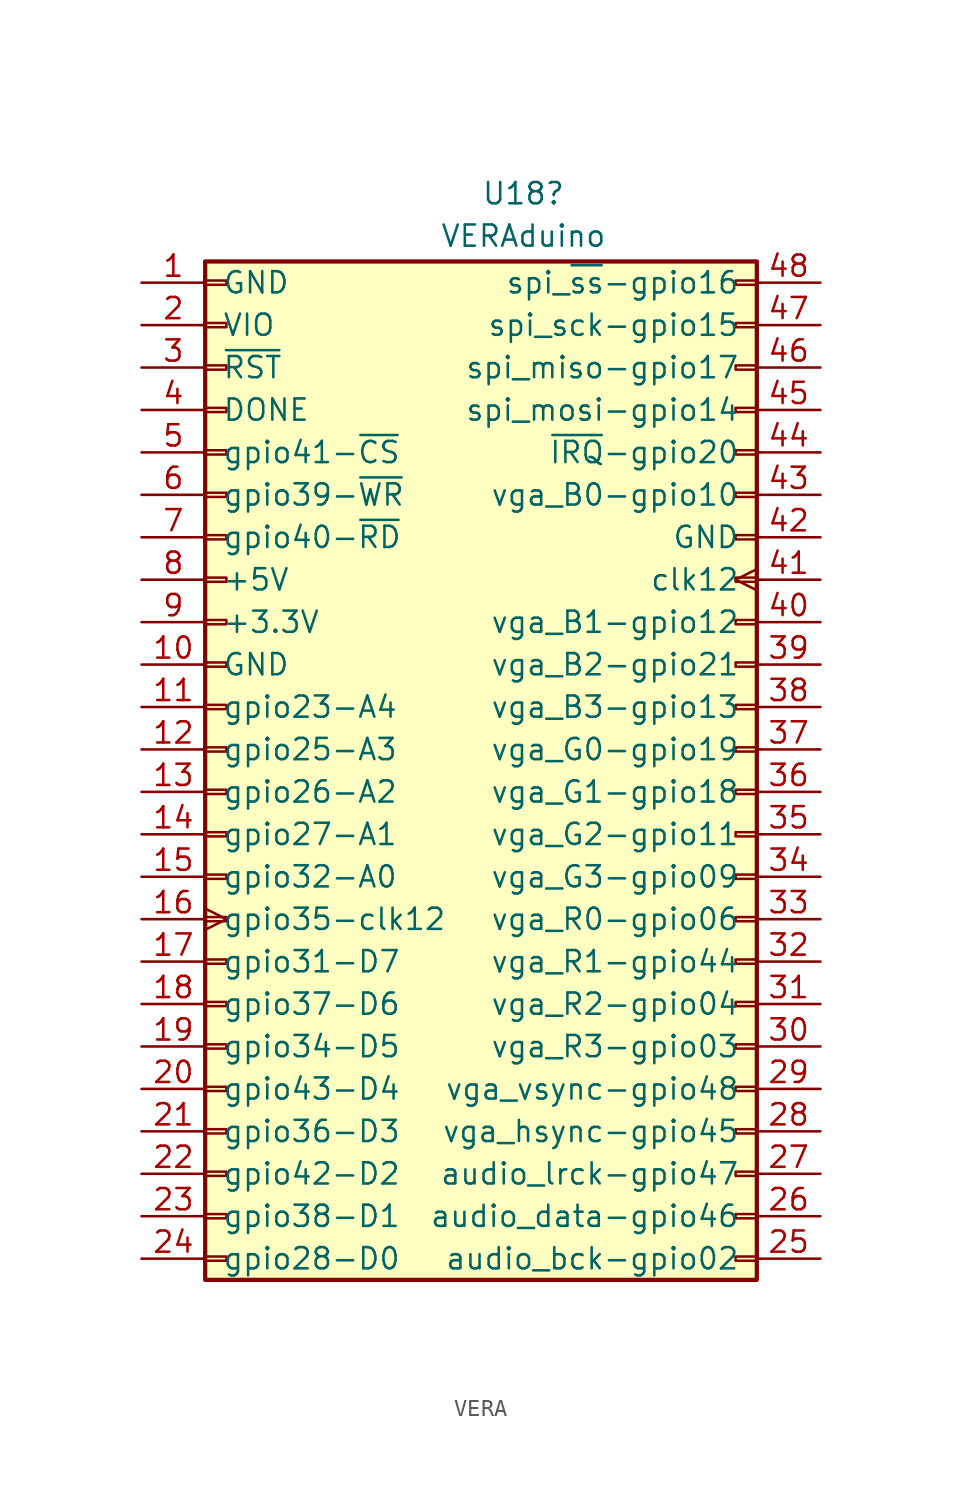
<source format=kicad_sym>
(kicad_symbol_lib
  (version 20220914)
  (generator kicad_symbol_editor)
  (symbol "VERA"
    (pin_names
      (offset 1.016))
    (property "Reference" "U18"
      (at 0 32.004 0)
      (effects (font (size 1.27 1.27))))
    (property "Value" "VERAduino"
      (at 0 29.464 0)
      (effects (font (size 1.27 1.27))))
    (symbol "VERA_1_1"
      (rectangle (start -19.05 -31.623) (end -17.78 -31.877) (stroke (width 0.152) (type default)) (fill (type none)))
      (rectangle (start -19.05 -29.083) (end -17.78 -29.337) (stroke (width 0.152) (type default)) (fill (type none)))
      (rectangle (start -19.05 -26.543) (end -17.78 -26.797) (stroke (width 0.152) (type default)) (fill (type none)))
      (rectangle (start -19.05 -24.003) (end -17.78 -24.257) (stroke (width 0.152) (type default)) (fill (type none)))
      (rectangle (start -19.05 -21.463) (end -17.78 -21.717) (stroke (width 0.152) (type default)) (fill (type none)))
      (rectangle (start -19.05 -18.923) (end -17.78 -19.177) (stroke (width 0.152) (type default)) (fill (type none)))
      (rectangle (start -19.05 -16.383) (end -17.78 -16.637) (stroke (width 0.152) (type default)) (fill (type none)))
      (rectangle (start -19.05 -13.843) (end -17.78 -14.097) (stroke (width 0.152) (type default)) (fill (type none)))
      (rectangle (start -19.05 -11.303) (end -17.78 -11.557) (stroke (width 0.152) (type default)) (fill (type none)))
      (rectangle (start -19.05 -8.763) (end -17.78 -9.017) (stroke (width 0.152) (type default)) (fill (type none)))
      (rectangle (start -19.05 -6.223) (end -17.78 -6.477) (stroke (width 0.152) (type default)) (fill (type none)))
      (rectangle (start -19.05 -3.683) (end -17.78 -3.937) (stroke (width 0.152) (type default)) (fill (type none)))
      (rectangle (start -19.05 -1.143) (end -17.78 -1.397) (stroke (width 0.152) (type default)) (fill (type none)))
      (rectangle (start -19.05 1.397) (end -17.78 1.143) (stroke (width 0.152) (type default)) (fill (type none)))
      (rectangle (start -19.05 3.937) (end -17.78 3.683) (stroke (width 0.152) (type default)) (fill (type none)))
      (rectangle (start -19.05 6.477) (end -17.78 6.223) (stroke (width 0.152) (type default)) (fill (type none)))
      (rectangle (start -19.05 9.017) (end -17.78 8.763) (stroke (width 0.152) (type default)) (fill (type none)))
      (rectangle (start -19.05 11.557) (end -17.78 11.303) (stroke (width 0.152) (type default)) (fill (type none)))
      (rectangle (start -19.05 14.097) (end -17.78 13.843) (stroke (width 0.152) (type default)) (fill (type none)))
      (rectangle (start -19.05 16.637) (end -17.78 16.383) (stroke (width 0.152) (type default)) (fill (type none)))
      (rectangle (start -19.05 19.177) (end -17.78 18.923) (stroke (width 0.152) (type default)) (fill (type none)))
      (rectangle (start -19.05 21.717) (end -17.78 21.463) (stroke (width 0.152) (type default)) (fill (type none)))
      (rectangle (start -19.05 24.257) (end -17.78 24.003) (stroke (width 0.152) (type default)) (fill (type none)))
      (rectangle (start -19.05 26.797) (end -17.78 26.543) (stroke (width 0.152) (type default)) (fill (type none)))
      (rectangle (start -19.05 27.94) (end 13.97 -33.02) (stroke (width 0.254) (type default)) (fill (type background)))
      (rectangle (start 13.97 -31.623) (end 12.7 -31.877) (stroke (width 0.152) (type default)) (fill (type none)))
      (rectangle (start 13.97 -29.083) (end 12.7 -29.337) (stroke (width 0.152) (type default)) (fill (type none)))
      (rectangle (start 13.97 -26.543) (end 12.7 -26.797) (stroke (width 0.152) (type default)) (fill (type none)))
      (rectangle (start 13.97 -24.003) (end 12.7 -24.257) (stroke (width 0.152) (type default)) (fill (type none)))
      (rectangle (start 13.97 -21.463) (end 12.7 -21.717) (stroke (width 0.152) (type default)) (fill (type none)))
      (rectangle (start 13.97 -18.923) (end 12.7 -19.177) (stroke (width 0.152) (type default)) (fill (type none)))
      (rectangle (start 13.97 -16.383) (end 12.7 -16.637) (stroke (width 0.152) (type default)) (fill (type none)))
      (rectangle (start 13.97 -13.843) (end 12.7 -14.097) (stroke (width 0.152) (type default)) (fill (type none)))
      (rectangle (start 13.97 -11.303) (end 12.7 -11.557) (stroke (width 0.152) (type default)) (fill (type none)))
      (rectangle (start 13.97 -8.763) (end 12.7 -9.017) (stroke (width 0.152) (type default)) (fill (type none)))
      (rectangle (start 13.97 -6.223) (end 12.7 -6.477) (stroke (width 0.152) (type default)) (fill (type none)))
      (rectangle (start 13.97 -3.683) (end 12.7 -3.937) (stroke (width 0.152) (type default)) (fill (type none)))
      (rectangle (start 13.97 -1.143) (end 12.7 -1.397) (stroke (width 0.152) (type default)) (fill (type none)))
      (rectangle (start 13.97 1.397) (end 12.7 1.143) (stroke (width 0.152) (type default)) (fill (type none)))
      (rectangle (start 13.97 3.937) (end 12.7 3.683) (stroke (width 0.152) (type default)) (fill (type none)))
      (rectangle (start 13.97 6.477) (end 12.7 6.223) (stroke (width 0.152) (type default)) (fill (type none)))
      (rectangle (start 13.97 9.017) (end 12.7 8.763) (stroke (width 0.152) (type default)) (fill (type none)))
      (rectangle (start 13.97 11.557) (end 12.7 11.303) (stroke (width 0.152) (type default)) (fill (type none)))
      (rectangle (start 13.97 14.097) (end 12.7 13.843) (stroke (width 0.152) (type default)) (fill (type none)))
      (rectangle (start 13.97 16.637) (end 12.7 16.383) (stroke (width 0.152) (type default)) (fill (type none)))
      (rectangle (start 13.97 19.177) (end 12.7 18.923) (stroke (width 0.152) (type default)) (fill (type none)))
      (rectangle (start 13.97 21.717) (end 12.7 21.463) (stroke (width 0.152) (type default)) (fill (type none)))
      (rectangle (start 13.97 24.257) (end 12.7 24.003) (stroke (width 0.152) (type default)) (fill (type none)))
      (rectangle (start 13.97 26.797) (end 12.7 26.543) (stroke (width 0.152) (type default)) (fill (type none)))
      (pin power_in line (at -22.86 26.67 0) (length 3.81) (name "GND" (effects (font (size 1.27 1.27)))) (number "1" (effects (font (size 1.27 1.27)))))
      (pin power_in line (at -22.86 3.81 0) (length 3.81) (name "GND" (effects (font (size 1.27 1.27)))) (number "10" (effects (font (size 1.27 1.27)))))
      (pin tri_state line (at -22.86 1.27 0) (length 3.81) (name "gpio23-A4" (effects (font (size 1.27 1.27)))) (number "11" (effects (font (size 1.27 1.27)))))
      (pin tri_state line (at -22.86 -1.27 0) (length 3.81) (name "gpio25-A3" (effects (font (size 1.27 1.27)))) (number "12" (effects (font (size 1.27 1.27)))))
      (pin tri_state line (at -22.86 -3.81 0) (length 3.81) (name "gpio26-A2" (effects (font (size 1.27 1.27)))) (number "13" (effects (font (size 1.27 1.27)))))
      (pin tri_state line (at -22.86 -6.35 0) (length 3.81) (name "gpio27-A1" (effects (font (size 1.27 1.27)))) (number "14" (effects (font (size 1.27 1.27)))))
      (pin tri_state line (at -22.86 -8.89 0) (length 3.81) (name "gpio32-A0" (effects (font (size 1.27 1.27)))) (number "15" (effects (font (size 1.27 1.27)))))
      (pin input clock (at -22.86 -11.43 0) (length 3.81) (name "gpio35-clk12" (effects (font (size 1.27 1.27)))) (number "16" (effects (font (size 1.27 1.27)))))
      (pin bidirectional line (at -22.86 -13.97 0) (length 3.81) (name "gpio31-D7" (effects (font (size 1.27 1.27)))) (number "17" (effects (font (size 1.27 1.27)))))
      (pin bidirectional line (at -22.86 -16.51 0) (length 3.81) (name "gpio37-D6" (effects (font (size 1.27 1.27)))) (number "18" (effects (font (size 1.27 1.27)))))
      (pin bidirectional line (at -22.86 -19.05 0) (length 3.81) (name "gpio34-D5" (effects (font (size 1.27 1.27)))) (number "19" (effects (font (size 1.27 1.27)))))
      (pin input line (at -22.86 24.13 0) (length 3.81) (name "VIO" (effects (font (size 1.27 1.27)))) (number "2" (effects (font (size 1.27 1.27)))))
      (pin bidirectional line (at -22.86 -21.59 0) (length 3.81) (name "gpio43-D4" (effects (font (size 1.27 1.27)))) (number "20" (effects (font (size 1.27 1.27)))))
      (pin bidirectional line (at -22.86 -24.13 0) (length 3.81) (name "gpio36-D3" (effects (font (size 1.27 1.27)))) (number "21" (effects (font (size 1.27 1.27)))))
      (pin bidirectional line (at -22.86 -26.67 0) (length 3.81) (name "gpio42-D2" (effects (font (size 1.27 1.27)))) (number "22" (effects (font (size 1.27 1.27)))))
      (pin bidirectional line (at -22.86 -29.21 0) (length 3.81) (name "gpio38-D1" (effects (font (size 1.27 1.27)))) (number "23" (effects (font (size 1.27 1.27)))))
      (pin bidirectional line (at -22.86 -31.75 0) (length 3.81) (name "gpio28-D0" (effects (font (size 1.27 1.27)))) (number "24" (effects (font (size 1.27 1.27)))))
      (pin output line (at 17.78 -31.75 180) (length 3.81) (name "audio_bck-gpio02" (effects (font (size 1.27 1.27)))) (number "25" (effects (font (size 1.27 1.27)))))
      (pin output line (at 17.78 -29.21 180) (length 3.81) (name "audio_data-gpio46" (effects (font (size 1.27 1.27)))) (number "26" (effects (font (size 1.27 1.27)))))
      (pin output line (at 17.78 -26.67 180) (length 3.81) (name "audio_lrck-gpio47" (effects (font (size 1.27 1.27)))) (number "27" (effects (font (size 1.27 1.27)))))
      (pin output line (at 17.78 -24.13 180) (length 3.81) (name "vga_hsync-gpio45" (effects (font (size 1.27 1.27)))) (number "28" (effects (font (size 1.27 1.27)))))
      (pin output line (at 17.78 -21.59 180) (length 3.81) (name "vga_vsync-gpio48" (effects (font (size 1.27 1.27)))) (number "29" (effects (font (size 1.27 1.27)))))
      (pin input line (at -22.86 21.59 0) (length 3.81) (name "~{RST}" (effects (font (size 1.27 1.27)))) (number "3" (effects (font (size 1.27 1.27)))))
      (pin output line (at 17.78 -19.05 180) (length 3.81) (name "vga_R3-gpio03" (effects (font (size 1.27 1.27)))) (number "30" (effects (font (size 1.27 1.27)))))
      (pin output line (at 17.78 -16.51 180) (length 3.81) (name "vga_R2-gpio04" (effects (font (size 1.27 1.27)))) (number "31" (effects (font (size 1.27 1.27)))))
      (pin output line (at 17.78 -13.97 180) (length 3.81) (name "vga_R1-gpio44" (effects (font (size 1.27 1.27)))) (number "32" (effects (font (size 1.27 1.27)))))
      (pin output line (at 17.78 -11.43 180) (length 3.81) (name "vga_R0-gpio06" (effects (font (size 1.27 1.27)))) (number "33" (effects (font (size 1.27 1.27)))))
      (pin output line (at 17.78 -8.89 180) (length 3.81) (name "vga_G3-gpio09" (effects (font (size 1.27 1.27)))) (number "34" (effects (font (size 1.27 1.27)))))
      (pin output line (at 17.78 -6.35 180) (length 3.81) (name "vga_G2-gpio11" (effects (font (size 1.27 1.27)))) (number "35" (effects (font (size 1.27 1.27)))))
      (pin output line (at 17.78 -3.81 180) (length 3.81) (name "vga_G1-gpio18" (effects (font (size 1.27 1.27)))) (number "36" (effects (font (size 1.27 1.27)))))
      (pin output line (at 17.78 -1.27 180) (length 3.81) (name "vga_G0-gpio19" (effects (font (size 1.27 1.27)))) (number "37" (effects (font (size 1.27 1.27)))))
      (pin output line (at 17.78 1.27 180) (length 3.81) (name "vga_B3-gpio13" (effects (font (size 1.27 1.27)))) (number "38" (effects (font (size 1.27 1.27)))))
      (pin output line (at 17.78 3.81 180) (length 3.81) (name "vga_B2-gpio21" (effects (font (size 1.27 1.27)))) (number "39" (effects (font (size 1.27 1.27)))))
      (pin input line (at -22.86 19.05 0) (length 3.81) (name "DONE" (effects (font (size 1.27 1.27)))) (number "4" (effects (font (size 1.27 1.27)))))
      (pin output line (at 17.78 6.35 180) (length 3.81) (name "vga_B1-gpio12" (effects (font (size 1.27 1.27)))) (number "40" (effects (font (size 1.27 1.27)))))
      (pin output clock (at 17.78 8.89 180) (length 3.81) (name "clk12" (effects (font (size 1.27 1.27)))) (number "41" (effects (font (size 1.27 1.27)))))
      (pin power_in line (at 17.78 11.43 180) (length 3.81) (name "GND" (effects (font (size 1.27 1.27)))) (number "42" (effects (font (size 1.27 1.27)))))
      (pin output line (at 17.78 13.97 180) (length 3.81) (name "vga_B0-gpio10" (effects (font (size 1.27 1.27)))) (number "43" (effects (font (size 1.27 1.27)))))
      (pin output line (at 17.78 16.51 180) (length 3.81) (name "~{IRQ}-gpio20" (effects (font (size 1.27 1.27)))) (number "44" (effects (font (size 1.27 1.27)))))
      (pin output line (at 17.78 19.05 180) (length 3.81) (name "spi_mosi-gpio14" (effects (font (size 1.27 1.27)))) (number "45" (effects (font (size 1.27 1.27)))))
      (pin input line (at 17.78 21.59 180) (length 3.81) (name "spi_miso-gpio17" (effects (font (size 1.27 1.27)))) (number "46" (effects (font (size 1.27 1.27)))))
      (pin output line (at 17.78 24.13 180) (length 3.81) (name "spi_sck-gpio15" (effects (font (size 1.27 1.27)))) (number "47" (effects (font (size 1.27 1.27)))))
      (pin output line (at 17.78 26.67 180) (length 3.81) (name "spi_~{ss}-gpio16" (effects (font (size 1.27 1.27)))) (number "48" (effects (font (size 1.27 1.27)))))
      (pin input line (at -22.86 16.51 0) (length 3.81) (name "gpio41-~{CS}" (effects (font (size 1.27 1.27)))) (number "5" (effects (font (size 1.27 1.27)))))
      (pin input line (at -22.86 13.97 0) (length 3.81) (name "gpio39-~{WR}" (effects (font (size 1.27 1.27)))) (number "6" (effects (font (size 1.27 1.27)))))
      (pin output line (at -22.86 11.43 0) (length 3.81) (name "gpio40-~{RD}" (effects (font (size 1.27 1.27)))) (number "7" (effects (font (size 1.27 1.27)))))
      (pin power_in line (at -22.86 8.89 0) (length 3.81) (name "+5V" (effects (font (size 1.27 1.27)))) (number "8" (effects (font (size 1.27 1.27)))))
      (pin power_out line (at -22.86 6.35 0) (length 3.81) (name "+3.3V" (effects (font (size 1.27 1.27)))) (number "9" (effects (font (size 1.27 1.27))))))))
</source>
